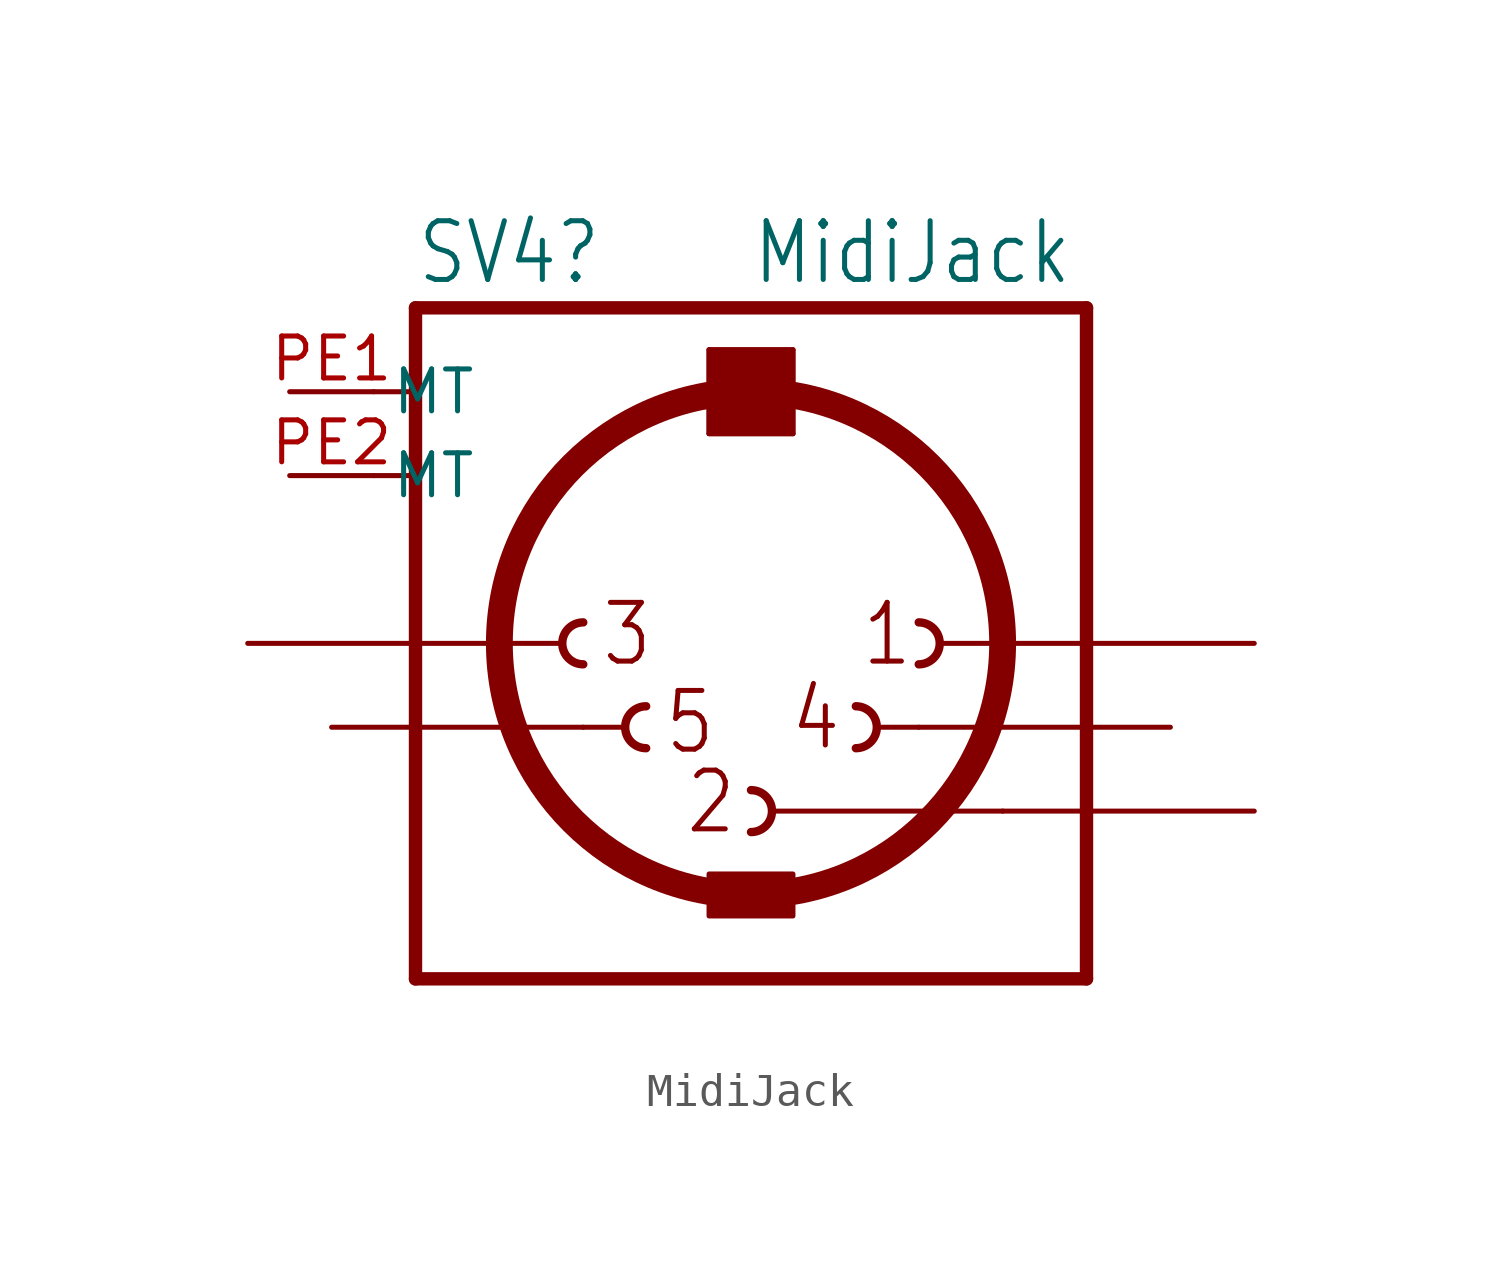
<source format=kicad_sym>
(kicad_symbol_lib
  (version 20241209)
  (generator "kicad_symbol_editor")
  (generator_version "9.0")
  (symbol "MidiJack"
    (property "Reference" "SV4"
      (at -10.16 10.795 0)
      (effects (font (size 1.778 1.511)) (justify left bottom)))
    (property "Value" "MidiJack"
      (at 0 10.795 0)
      (effects (font (size 1.778 1.511)) (justify left bottom)))
    (symbol "MidiJack_1_0"
      (polyline (pts (xy -10.16 -10.16) (xy -10.16 10.16)) (stroke (width 0.406) (type solid)) (fill (type none)))
      (polyline (pts (xy -10.16 -10.16) (xy 10.16 -10.16)) (stroke (width 0.406) (type solid)) (fill (type none)))
      (polyline (pts (xy -7.62 0) (xy -5.715 0)) (stroke (width 0.152) (type solid)) (fill (type none)))
      (arc (start -5.08 -0.635) (mid -5.715 0) (end -5.08 0.635) (stroke (width 0.254) (type solid)) (fill (type none)))
      (polyline (pts (xy -5.08 -2.54) (xy -3.81 -2.54)) (stroke (width 0.152) (type solid)) (fill (type none)))
      (arc (start -3.175 -3.175) (mid -3.81 -2.54) (end -3.175 -1.905) (stroke (width 0.254) (type solid)) (fill (type none)))
      (polyline (pts (xy -1.27 8.89) (xy 1.27 8.89)) (stroke (width 0.152) (type solid)) (fill (type none)))
      (rectangle (start -1.27 6.35) (end 1.27 8.89) (stroke (width 0) (type default)) (fill (type outline)))
      (polyline (pts (xy -1.27 6.35) (xy -1.27 8.89)) (stroke (width 0.152) (type solid)) (fill (type none)))
      (polyline (pts (xy -1.27 6.35) (xy 1.27 6.35)) (stroke (width 0.152) (type solid)) (fill (type none)))
      (rectangle (start -1.27 -8.255) (end 1.27 -6.985) (stroke (width 0) (type default)) (fill (type outline)))
      (circle (center 0 0) (radius 7.62) (stroke (width 0.813) (type solid)) (fill (type none)))
      (arc (start 0 -4.445) (mid 0.635 -5.08) (end 0 -5.715) (stroke (width 0.254) (type solid)) (fill (type none)))
      (polyline (pts (xy 0.635 -5.08) (xy 7.62 -5.08)) (stroke (width 0.152) (type solid)) (fill (type none)))
      (polyline (pts (xy 1.27 8.89) (xy 1.27 6.35)) (stroke (width 0.152) (type solid)) (fill (type none)))
      (arc (start 3.175 -1.905) (mid 3.81 -2.54) (end 3.175 -3.175) (stroke (width 0.254) (type solid)) (fill (type none)))
      (polyline (pts (xy 3.81 -2.54) (xy 5.08 -2.54)) (stroke (width 0.152) (type solid)) (fill (type none)))
      (arc (start 5.08 0.635) (mid 5.715 0) (end 5.08 -0.635) (stroke (width 0.254) (type solid)) (fill (type none)))
      (polyline (pts (xy 5.715 0) (xy 7.62 0)) (stroke (width 0.152) (type solid)) (fill (type none)))
      (polyline (pts (xy 10.16 10.16) (xy -10.16 10.16)) (stroke (width 0.406) (type solid)) (fill (type none)))
      (polyline (pts (xy 10.16 10.16) (xy 10.16 -10.16)) (stroke (width 0.406) (type solid)) (fill (type none)))
      (text "3" (at -4.572 -0.762 0) (effects (font (size 1.778 1.511)) (justify left bottom)))
      (text "5" (at -2.667 -3.429 0) (effects (font (size 1.778 1.511)) (justify left bottom)))
      (text "2" (at -2.032 -5.842 0) (effects (font (size 1.778 1.511)) (justify left bottom)))
      (text "4" (at 1.143 -3.302 0) (effects (font (size 1.778 1.511)) (justify left bottom)))
      (text "1" (at 3.302 -0.762 0) (effects (font (size 1.778 1.511)) (justify left bottom)))
      (pin passive line (at -15.24 0 0) (length 7.62) (name "3" (effects (font (size 0 0)))) (number "3" (effects (font (size 0 0)))))
      (pin passive line (at -12.7 -2.54 0) (length 7.62) (name "5" (effects (font (size 0 0)))) (number "5" (effects (font (size 0 0)))))
      (pin passive line (at 12.7 -2.54 180) (length 7.62) (name "4" (effects (font (size 0 0)))) (number "4" (effects (font (size 0 0)))))
      (pin passive line (at 15.24 0 180) (length 7.62) (name "1" (effects (font (size 0 0)))) (number "1" (effects (font (size 0 0)))))
      (pin passive line (at 15.24 -5.08 180) (length 7.62) (name "2" (effects (font (size 0 0)))) (number "2" (effects (font (size 0 0))))))
    (symbol "MidiJack_1_1"
      (polyline (pts (xy -11.43 7.62) (xy -10.16 7.62)) (stroke (width 0) (type default)) (fill (type none)))
      (polyline (pts (xy -11.43 5.08) (xy -10.16 5.08)) (stroke (width 0) (type default)) (fill (type none)))
      (pin passive line (at -13.97 7.62 0) (length 2.54) (name "MT" (effects (font (size 1.27 1.27)))) (number "PE1" (effects (font (size 1.27 1.27)))))
      (pin passive line (at -13.97 5.08 0) (length 2.54) (name "MT" (effects (font (size 1.27 1.27)))) (number "PE2" (effects (font (size 1.27 1.27))))))))
</source>
